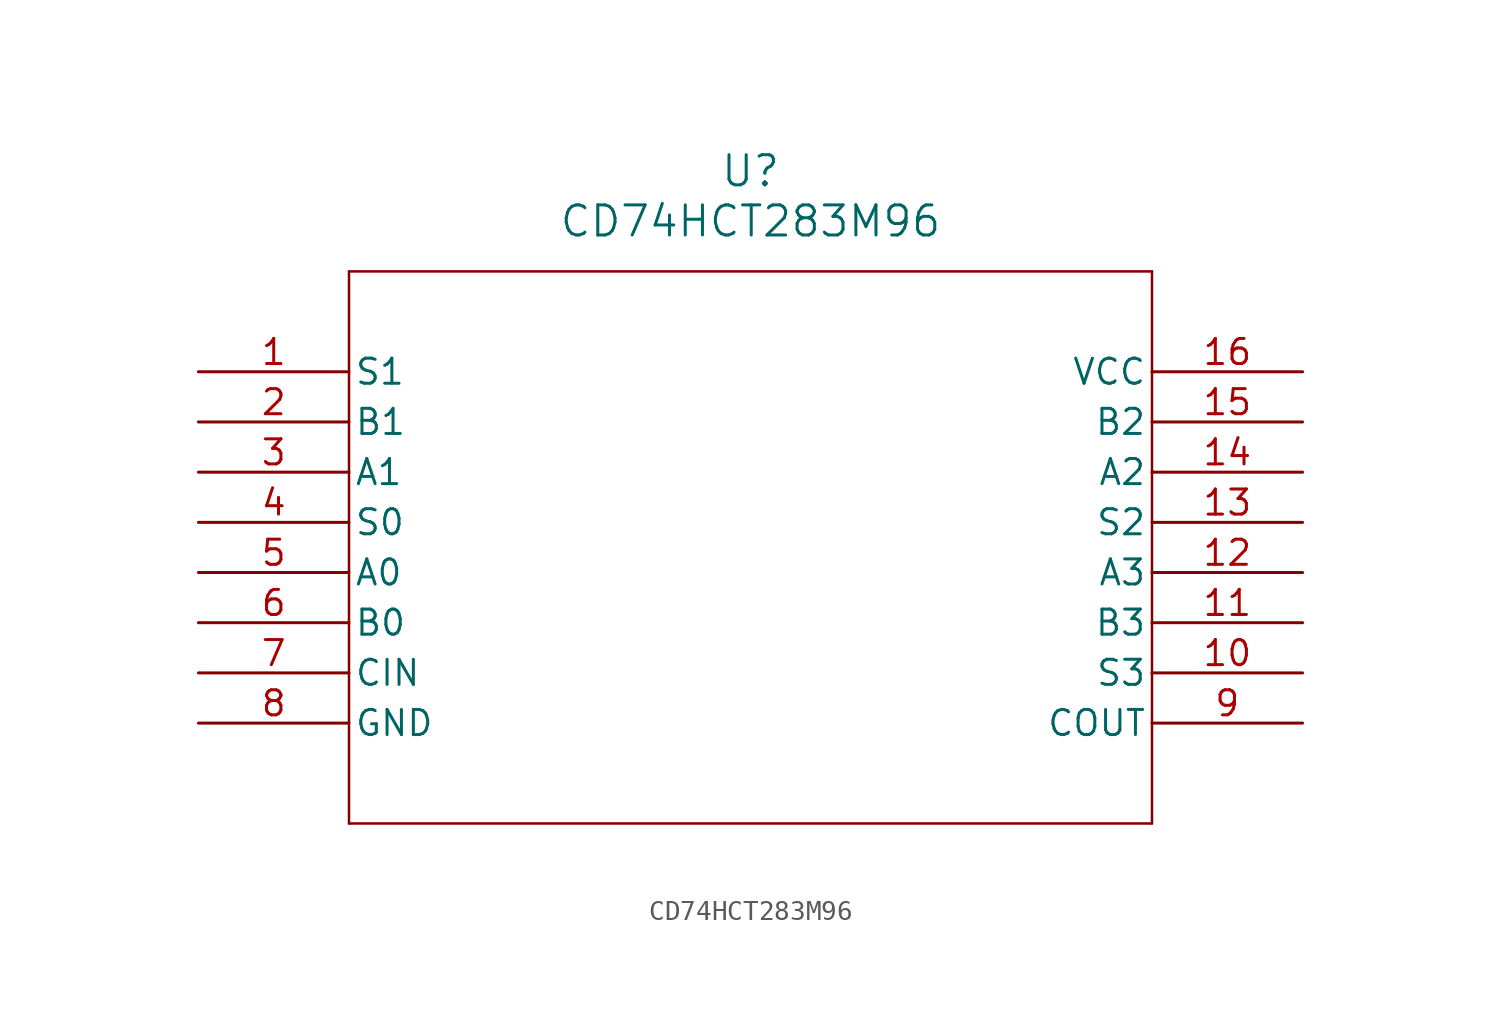
<source format=kicad_sym>
(kicad_symbol_lib
  (version 20211014)
  (generator kicad_symbol_editor)
  (symbol "CD74HCT283M96"
    (pin_names
      (offset 0.254))
    (property "Reference" "U"
      (at 27.94 10.16 0)
      (effects (font (size 1.524 1.524))))
    (property "Value" "CD74HCT283M96"
      (at 27.94 7.62 0)
      (effects (font (size 1.524 1.524))))
    (symbol "CD74HCT283M96_0_1"
      (polyline (pts (xy 7.62 5.08) (xy 7.62 -22.86)) (stroke (width 0.127) (type default) (color 0 0 0 0)) (fill (type none)))
      (polyline (pts (xy 7.62 -22.86) (xy 48.26 -22.86)) (stroke (width 0.127) (type default) (color 0 0 0 0)) (fill (type none)))
      (polyline (pts (xy 48.26 -22.86) (xy 48.26 5.08)) (stroke (width 0.127) (type default) (color 0 0 0 0)) (fill (type none)))
      (polyline (pts (xy 48.26 5.08) (xy 7.62 5.08)) (stroke (width 0.127) (type default) (color 0 0 0 0)) (fill (type none)))
      (pin output line (at 0 0 0) (length 7.62) (name "S1" (effects (font (size 1.27 1.27)))) (number "1" (effects (font (size 1.27 1.27)))))
      (pin input line (at 0 -2.54 0) (length 7.62) (name "B1" (effects (font (size 1.27 1.27)))) (number "2" (effects (font (size 1.27 1.27)))))
      (pin input line (at 0 -5.08 0) (length 7.62) (name "A1" (effects (font (size 1.27 1.27)))) (number "3" (effects (font (size 1.27 1.27)))))
      (pin output line (at 0 -7.62 0) (length 7.62) (name "S0" (effects (font (size 1.27 1.27)))) (number "4" (effects (font (size 1.27 1.27)))))
      (pin input line (at 0 -10.16 0) (length 7.62) (name "A0" (effects (font (size 1.27 1.27)))) (number "5" (effects (font (size 1.27 1.27)))))
      (pin input line (at 0 -12.7 0) (length 7.62) (name "B0" (effects (font (size 1.27 1.27)))) (number "6" (effects (font (size 1.27 1.27)))))
      (pin input line (at 0 -15.24 0) (length 7.62) (name "CIN" (effects (font (size 1.27 1.27)))) (number "7" (effects (font (size 1.27 1.27)))))
      (pin power_in line (at 0 -17.78 0) (length 7.62) (name "GND" (effects (font (size 1.27 1.27)))) (number "8" (effects (font (size 1.27 1.27)))))
      (pin output line (at 55.88 -17.78 180) (length 7.62) (name "COUT" (effects (font (size 1.27 1.27)))) (number "9" (effects (font (size 1.27 1.27)))))
      (pin output line (at 55.88 -15.24 180) (length 7.62) (name "S3" (effects (font (size 1.27 1.27)))) (number "10" (effects (font (size 1.27 1.27)))))
      (pin input line (at 55.88 -12.7 180) (length 7.62) (name "B3" (effects (font (size 1.27 1.27)))) (number "11" (effects (font (size 1.27 1.27)))))
      (pin input line (at 55.88 -10.16 180) (length 7.62) (name "A3" (effects (font (size 1.27 1.27)))) (number "12" (effects (font (size 1.27 1.27)))))
      (pin output line (at 55.88 -7.62 180) (length 7.62) (name "S2" (effects (font (size 1.27 1.27)))) (number "13" (effects (font (size 1.27 1.27)))))
      (pin input line (at 55.88 -5.08 180) (length 7.62) (name "A2" (effects (font (size 1.27 1.27)))) (number "14" (effects (font (size 1.27 1.27)))))
      (pin input line (at 55.88 -2.54 180) (length 7.62) (name "B2" (effects (font (size 1.27 1.27)))) (number "15" (effects (font (size 1.27 1.27)))))
      (pin power_in line (at 55.88 0 180) (length 7.62) (name "VCC" (effects (font (size 1.27 1.27)))) (number "16" (effects (font (size 1.27 1.27))))))))
</source>
